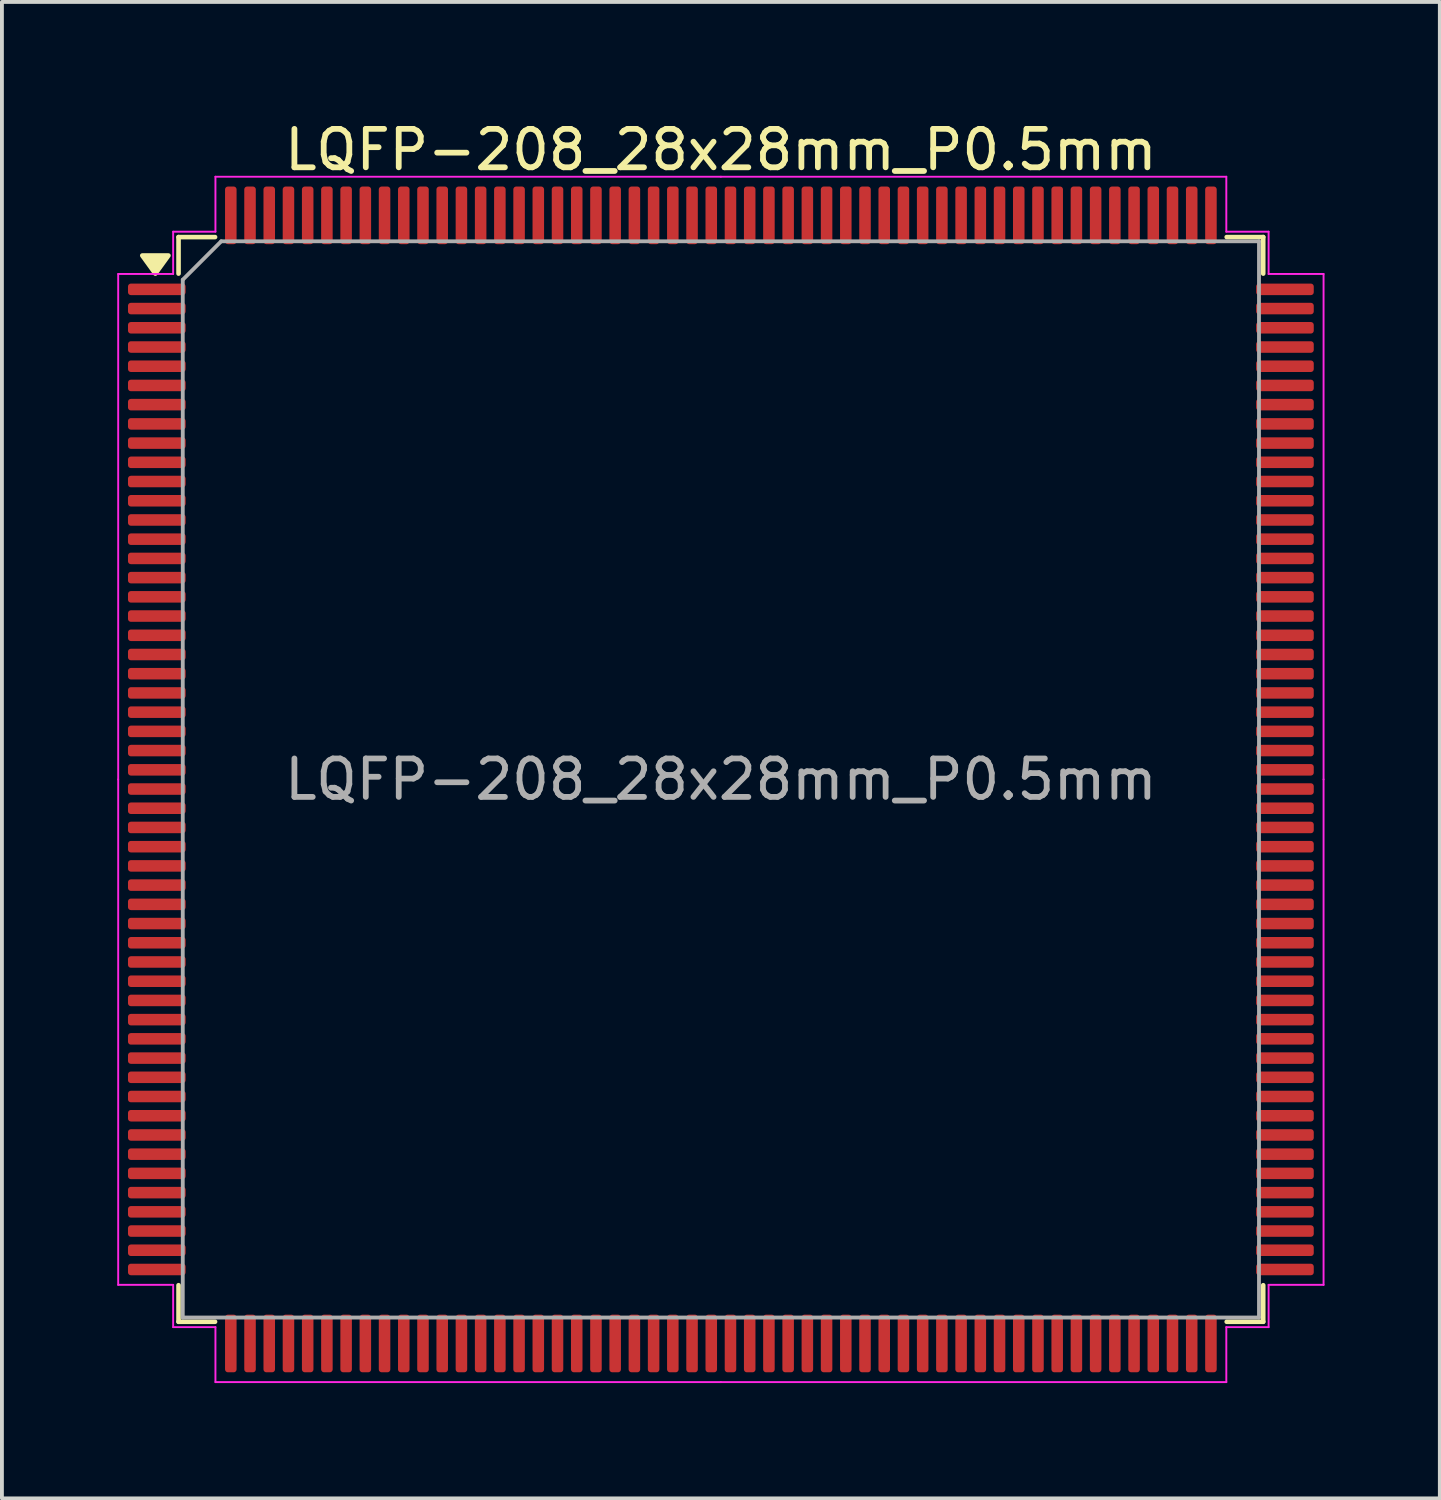
<source format=kicad_pcb>
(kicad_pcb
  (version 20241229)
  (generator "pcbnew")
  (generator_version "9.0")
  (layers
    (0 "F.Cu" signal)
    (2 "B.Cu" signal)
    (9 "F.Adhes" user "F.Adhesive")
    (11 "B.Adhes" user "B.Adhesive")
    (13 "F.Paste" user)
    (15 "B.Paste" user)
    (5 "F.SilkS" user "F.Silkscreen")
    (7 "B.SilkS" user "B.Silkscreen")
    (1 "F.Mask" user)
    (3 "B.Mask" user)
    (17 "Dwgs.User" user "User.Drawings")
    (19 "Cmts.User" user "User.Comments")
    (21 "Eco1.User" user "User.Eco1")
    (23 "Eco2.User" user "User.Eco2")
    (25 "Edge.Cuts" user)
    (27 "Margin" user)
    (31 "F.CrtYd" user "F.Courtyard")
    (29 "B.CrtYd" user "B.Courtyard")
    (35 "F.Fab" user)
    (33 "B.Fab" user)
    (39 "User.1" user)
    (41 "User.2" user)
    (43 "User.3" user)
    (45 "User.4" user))
  (footprint "LQFP-208_28x28mm_P0.5mm"
    (layer "F.Cu")
    (at 15.705 17.228)
    (property "Reference" "LQFP-208_28x28mm_P0.5mm" (at 0 -16.38 0) (layer "F.SilkS") (effects (font (size 1 1) (thickness 0.15))))
    (attr smd)
    (fp_line (start -14.11 -14.11) (end -14.11 -13.16) (stroke (width 0.12) (type solid)) (layer "F.SilkS"))
    (fp_line (start -14.11 14.11) (end -14.11 13.16) (stroke (width 0.12) (type solid)) (layer "F.SilkS"))
    (fp_line (start -13.16 -14.11) (end -14.11 -14.11) (stroke (width 0.12) (type solid)) (layer "F.SilkS"))
    (fp_line (start -13.16 14.11) (end -14.11 14.11) (stroke (width 0.12) (type solid)) (layer "F.SilkS"))
    (fp_line (start 13.16 -14.11) (end 14.11 -14.11) (stroke (width 0.12) (type solid)) (layer "F.SilkS"))
    (fp_line (start 13.16 14.11) (end 14.11 14.11) (stroke (width 0.12) (type solid)) (layer "F.SilkS"))
    (fp_line (start 14.11 -14.11) (end 14.11 -13.16) (stroke (width 0.12) (type solid)) (layer "F.SilkS"))
    (fp_line (start 14.11 14.11) (end 14.11 13.16) (stroke (width 0.12) (type solid)) (layer "F.SilkS"))
    (fp_poly (pts (xy -14.713 -13.16) (xy -15.053 -13.63) (xy -14.373 -13.63) (xy -14.713 -13.16)) (stroke (width 0.12) (type solid)) (fill yes) (layer "F.SilkS"))
    (fp_line (start -15.68 -13.15) (end -15.68 0) (stroke (width 0.05) (type solid)) (layer "F.CrtYd"))
    (fp_line (start -15.68 13.15) (end -15.68 0) (stroke (width 0.05) (type solid)) (layer "F.CrtYd"))
    (fp_line (start -14.25 -14.25) (end -14.25 -13.15) (stroke (width 0.05) (type solid)) (layer "F.CrtYd"))
    (fp_line (start -14.25 -13.15) (end -15.68 -13.15) (stroke (width 0.05) (type solid)) (layer "F.CrtYd"))
    (fp_line (start -14.25 13.15) (end -15.68 13.15) (stroke (width 0.05) (type solid)) (layer "F.CrtYd"))
    (fp_line (start -14.25 14.25) (end -14.25 13.15) (stroke (width 0.05) (type solid)) (layer "F.CrtYd"))
    (fp_line (start -13.15 -15.68) (end -13.15 -14.25) (stroke (width 0.05) (type solid)) (layer "F.CrtYd"))
    (fp_line (start -13.15 -14.25) (end -14.25 -14.25) (stroke (width 0.05) (type solid)) (layer "F.CrtYd"))
    (fp_line (start -13.15 14.25) (end -14.25 14.25) (stroke (width 0.05) (type solid)) (layer "F.CrtYd"))
    (fp_line (start -13.15 15.68) (end -13.15 14.25) (stroke (width 0.05) (type solid)) (layer "F.CrtYd"))
    (fp_line (start 0 -15.68) (end -13.15 -15.68) (stroke (width 0.05) (type solid)) (layer "F.CrtYd"))
    (fp_line (start 0 -15.68) (end 13.15 -15.68) (stroke (width 0.05) (type solid)) (layer "F.CrtYd"))
    (fp_line (start 0 15.68) (end -13.15 15.68) (stroke (width 0.05) (type solid)) (layer "F.CrtYd"))
    (fp_line (start 0 15.68) (end 13.15 15.68) (stroke (width 0.05) (type solid)) (layer "F.CrtYd"))
    (fp_line (start 13.15 -15.68) (end 13.15 -14.25) (stroke (width 0.05) (type solid)) (layer "F.CrtYd"))
    (fp_line (start 13.15 -14.25) (end 14.25 -14.25) (stroke (width 0.05) (type solid)) (layer "F.CrtYd"))
    (fp_line (start 13.15 14.25) (end 14.25 14.25) (stroke (width 0.05) (type solid)) (layer "F.CrtYd"))
    (fp_line (start 13.15 15.68) (end 13.15 14.25) (stroke (width 0.05) (type solid)) (layer "F.CrtYd"))
    (fp_line (start 14.25 -14.25) (end 14.25 -13.15) (stroke (width 0.05) (type solid)) (layer "F.CrtYd"))
    (fp_line (start 14.25 -13.15) (end 15.68 -13.15) (stroke (width 0.05) (type solid)) (layer "F.CrtYd"))
    (fp_line (start 14.25 13.15) (end 15.68 13.15) (stroke (width 0.05) (type solid)) (layer "F.CrtYd"))
    (fp_line (start 14.25 14.25) (end 14.25 13.15) (stroke (width 0.05) (type solid)) (layer "F.CrtYd"))
    (fp_line (start 15.68 -13.15) (end 15.68 0) (stroke (width 0.05) (type solid)) (layer "F.CrtYd"))
    (fp_line (start 15.68 13.15) (end 15.68 0) (stroke (width 0.05) (type solid)) (layer "F.CrtYd"))
    (fp_line (start -14 -13) (end -13 -14) (stroke (width 0.1) (type solid)) (layer "F.Fab"))
    (fp_line (start -14 14) (end -14 -13) (stroke (width 0.1) (type solid)) (layer "F.Fab"))
    (fp_line (start -13 -14) (end 14 -14) (stroke (width 0.1) (type solid)) (layer "F.Fab"))
    (fp_line (start 14 -14) (end 14 14) (stroke (width 0.1) (type solid)) (layer "F.Fab"))
    (fp_line (start 14 14) (end -14 14) (stroke (width 0.1) (type solid)) (layer "F.Fab"))
    (fp_text user "${REFERENCE}" (at 0 0 0) (layer "F.Fab") (effects (font (size 1 1) (thickness 0.15))))
    (pad "1" smd roundrect (at -14.675 -12.75) (size 1.5 0.3) (layers "F.Cu" "F.Mask" "F.Paste") (roundrect_rratio 0.25))
    (pad "2" smd roundrect (at -14.675 -12.25) (size 1.5 0.3) (layers "F.Cu" "F.Mask" "F.Paste") (roundrect_rratio 0.25))
    (pad "3" smd roundrect (at -14.675 -11.75) (size 1.5 0.3) (layers "F.Cu" "F.Mask" "F.Paste") (roundrect_rratio 0.25))
    (pad "4" smd roundrect (at -14.675 -11.25) (size 1.5 0.3) (layers "F.Cu" "F.Mask" "F.Paste") (roundrect_rratio 0.25))
    (pad "5" smd roundrect (at -14.675 -10.75) (size 1.5 0.3) (layers "F.Cu" "F.Mask" "F.Paste") (roundrect_rratio 0.25))
    (pad "6" smd roundrect (at -14.675 -10.25) (size 1.5 0.3) (layers "F.Cu" "F.Mask" "F.Paste") (roundrect_rratio 0.25))
    (pad "7" smd roundrect (at -14.675 -9.75) (size 1.5 0.3) (layers "F.Cu" "F.Mask" "F.Paste") (roundrect_rratio 0.25))
    (pad "8" smd roundrect (at -14.675 -9.25) (size 1.5 0.3) (layers "F.Cu" "F.Mask" "F.Paste") (roundrect_rratio 0.25))
    (pad "9" smd roundrect (at -14.675 -8.75) (size 1.5 0.3) (layers "F.Cu" "F.Mask" "F.Paste") (roundrect_rratio 0.25))
    (pad "10" smd roundrect (at -14.675 -8.25) (size 1.5 0.3) (layers "F.Cu" "F.Mask" "F.Paste") (roundrect_rratio 0.25))
    (pad "11" smd roundrect (at -14.675 -7.75) (size 1.5 0.3) (layers "F.Cu" "F.Mask" "F.Paste") (roundrect_rratio 0.25))
    (pad "12" smd roundrect (at -14.675 -7.25) (size 1.5 0.3) (layers "F.Cu" "F.Mask" "F.Paste") (roundrect_rratio 0.25))
    (pad "13" smd roundrect (at -14.675 -6.75) (size 1.5 0.3) (layers "F.Cu" "F.Mask" "F.Paste") (roundrect_rratio 0.25))
    (pad "14" smd roundrect (at -14.675 -6.25) (size 1.5 0.3) (layers "F.Cu" "F.Mask" "F.Paste") (roundrect_rratio 0.25))
    (pad "15" smd roundrect (at -14.675 -5.75) (size 1.5 0.3) (layers "F.Cu" "F.Mask" "F.Paste") (roundrect_rratio 0.25))
    (pad "16" smd roundrect (at -14.675 -5.25) (size 1.5 0.3) (layers "F.Cu" "F.Mask" "F.Paste") (roundrect_rratio 0.25))
    (pad "17" smd roundrect (at -14.675 -4.75) (size 1.5 0.3) (layers "F.Cu" "F.Mask" "F.Paste") (roundrect_rratio 0.25))
    (pad "18" smd roundrect (at -14.675 -4.25) (size 1.5 0.3) (layers "F.Cu" "F.Mask" "F.Paste") (roundrect_rratio 0.25))
    (pad "19" smd roundrect (at -14.675 -3.75) (size 1.5 0.3) (layers "F.Cu" "F.Mask" "F.Paste") (roundrect_rratio 0.25))
    (pad "20" smd roundrect (at -14.675 -3.25) (size 1.5 0.3) (layers "F.Cu" "F.Mask" "F.Paste") (roundrect_rratio 0.25))
    (pad "21" smd roundrect (at -14.675 -2.75) (size 1.5 0.3) (layers "F.Cu" "F.Mask" "F.Paste") (roundrect_rratio 0.25))
    (pad "22" smd roundrect (at -14.675 -2.25) (size 1.5 0.3) (layers "F.Cu" "F.Mask" "F.Paste") (roundrect_rratio 0.25))
    (pad "23" smd roundrect (at -14.675 -1.75) (size 1.5 0.3) (layers "F.Cu" "F.Mask" "F.Paste") (roundrect_rratio 0.25))
    (pad "24" smd roundrect (at -14.675 -1.25) (size 1.5 0.3) (layers "F.Cu" "F.Mask" "F.Paste") (roundrect_rratio 0.25))
    (pad "25" smd roundrect (at -14.675 -0.75) (size 1.5 0.3) (layers "F.Cu" "F.Mask" "F.Paste") (roundrect_rratio 0.25))
    (pad "26" smd roundrect (at -14.675 -0.25) (size 1.5 0.3) (layers "F.Cu" "F.Mask" "F.Paste") (roundrect_rratio 0.25))
    (pad "27" smd roundrect (at -14.675 0.25) (size 1.5 0.3) (layers "F.Cu" "F.Mask" "F.Paste") (roundrect_rratio 0.25))
    (pad "28" smd roundrect (at -14.675 0.75) (size 1.5 0.3) (layers "F.Cu" "F.Mask" "F.Paste") (roundrect_rratio 0.25))
    (pad "29" smd roundrect (at -14.675 1.25) (size 1.5 0.3) (layers "F.Cu" "F.Mask" "F.Paste") (roundrect_rratio 0.25))
    (pad "30" smd roundrect (at -14.675 1.75) (size 1.5 0.3) (layers "F.Cu" "F.Mask" "F.Paste") (roundrect_rratio 0.25))
    (pad "31" smd roundrect (at -14.675 2.25) (size 1.5 0.3) (layers "F.Cu" "F.Mask" "F.Paste") (roundrect_rratio 0.25))
    (pad "32" smd roundrect (at -14.675 2.75) (size 1.5 0.3) (layers "F.Cu" "F.Mask" "F.Paste") (roundrect_rratio 0.25))
    (pad "33" smd roundrect (at -14.675 3.25) (size 1.5 0.3) (layers "F.Cu" "F.Mask" "F.Paste") (roundrect_rratio 0.25))
    (pad "34" smd roundrect (at -14.675 3.75) (size 1.5 0.3) (layers "F.Cu" "F.Mask" "F.Paste") (roundrect_rratio 0.25))
    (pad "35" smd roundrect (at -14.675 4.25) (size 1.5 0.3) (layers "F.Cu" "F.Mask" "F.Paste") (roundrect_rratio 0.25))
    (pad "36" smd roundrect (at -14.675 4.75) (size 1.5 0.3) (layers "F.Cu" "F.Mask" "F.Paste") (roundrect_rratio 0.25))
    (pad "37" smd roundrect (at -14.675 5.25) (size 1.5 0.3) (layers "F.Cu" "F.Mask" "F.Paste") (roundrect_rratio 0.25))
    (pad "38" smd roundrect (at -14.675 5.75) (size 1.5 0.3) (layers "F.Cu" "F.Mask" "F.Paste") (roundrect_rratio 0.25))
    (pad "39" smd roundrect (at -14.675 6.25) (size 1.5 0.3) (layers "F.Cu" "F.Mask" "F.Paste") (roundrect_rratio 0.25))
    (pad "40" smd roundrect (at -14.675 6.75) (size 1.5 0.3) (layers "F.Cu" "F.Mask" "F.Paste") (roundrect_rratio 0.25))
    (pad "41" smd roundrect (at -14.675 7.25) (size 1.5 0.3) (layers "F.Cu" "F.Mask" "F.Paste") (roundrect_rratio 0.25))
    (pad "42" smd roundrect (at -14.675 7.75) (size 1.5 0.3) (layers "F.Cu" "F.Mask" "F.Paste") (roundrect_rratio 0.25))
    (pad "43" smd roundrect (at -14.675 8.25) (size 1.5 0.3) (layers "F.Cu" "F.Mask" "F.Paste") (roundrect_rratio 0.25))
    (pad "44" smd roundrect (at -14.675 8.75) (size 1.5 0.3) (layers "F.Cu" "F.Mask" "F.Paste") (roundrect_rratio 0.25))
    (pad "45" smd roundrect (at -14.675 9.25) (size 1.5 0.3) (layers "F.Cu" "F.Mask" "F.Paste") (roundrect_rratio 0.25))
    (pad "46" smd roundrect (at -14.675 9.75) (size 1.5 0.3) (layers "F.Cu" "F.Mask" "F.Paste") (roundrect_rratio 0.25))
    (pad "47" smd roundrect (at -14.675 10.25) (size 1.5 0.3) (layers "F.Cu" "F.Mask" "F.Paste") (roundrect_rratio 0.25))
    (pad "48" smd roundrect (at -14.675 10.75) (size 1.5 0.3) (layers "F.Cu" "F.Mask" "F.Paste") (roundrect_rratio 0.25))
    (pad "49" smd roundrect (at -14.675 11.25) (size 1.5 0.3) (layers "F.Cu" "F.Mask" "F.Paste") (roundrect_rratio 0.25))
    (pad "50" smd roundrect (at -14.675 11.75) (size 1.5 0.3) (layers "F.Cu" "F.Mask" "F.Paste") (roundrect_rratio 0.25))
    (pad "51" smd roundrect (at -14.675 12.25) (size 1.5 0.3) (layers "F.Cu" "F.Mask" "F.Paste") (roundrect_rratio 0.25))
    (pad "52" smd roundrect (at -14.675 12.75) (size 1.5 0.3) (layers "F.Cu" "F.Mask" "F.Paste") (roundrect_rratio 0.25))
    (pad "53" smd roundrect (at -12.75 14.675) (size 0.3 1.5) (layers "F.Cu" "F.Mask" "F.Paste") (roundrect_rratio 0.25))
    (pad "54" smd roundrect (at -12.25 14.675) (size 0.3 1.5) (layers "F.Cu" "F.Mask" "F.Paste") (roundrect_rratio 0.25))
    (pad "55" smd roundrect (at -11.75 14.675) (size 0.3 1.5) (layers "F.Cu" "F.Mask" "F.Paste") (roundrect_rratio 0.25))
    (pad "56" smd roundrect (at -11.25 14.675) (size 0.3 1.5) (layers "F.Cu" "F.Mask" "F.Paste") (roundrect_rratio 0.25))
    (pad "57" smd roundrect (at -10.75 14.675) (size 0.3 1.5) (layers "F.Cu" "F.Mask" "F.Paste") (roundrect_rratio 0.25))
    (pad "58" smd roundrect (at -10.25 14.675) (size 0.3 1.5) (layers "F.Cu" "F.Mask" "F.Paste") (roundrect_rratio 0.25))
    (pad "59" smd roundrect (at -9.75 14.675) (size 0.3 1.5) (layers "F.Cu" "F.Mask" "F.Paste") (roundrect_rratio 0.25))
    (pad "60" smd roundrect (at -9.25 14.675) (size 0.3 1.5) (layers "F.Cu" "F.Mask" "F.Paste") (roundrect_rratio 0.25))
    (pad "61" smd roundrect (at -8.75 14.675) (size 0.3 1.5) (layers "F.Cu" "F.Mask" "F.Paste") (roundrect_rratio 0.25))
    (pad "62" smd roundrect (at -8.25 14.675) (size 0.3 1.5) (layers "F.Cu" "F.Mask" "F.Paste") (roundrect_rratio 0.25))
    (pad "63" smd roundrect (at -7.75 14.675) (size 0.3 1.5) (layers "F.Cu" "F.Mask" "F.Paste") (roundrect_rratio 0.25))
    (pad "64" smd roundrect (at -7.25 14.675) (size 0.3 1.5) (layers "F.Cu" "F.Mask" "F.Paste") (roundrect_rratio 0.25))
    (pad "65" smd roundrect (at -6.75 14.675) (size 0.3 1.5) (layers "F.Cu" "F.Mask" "F.Paste") (roundrect_rratio 0.25))
    (pad "66" smd roundrect (at -6.25 14.675) (size 0.3 1.5) (layers "F.Cu" "F.Mask" "F.Paste") (roundrect_rratio 0.25))
    (pad "67" smd roundrect (at -5.75 14.675) (size 0.3 1.5) (layers "F.Cu" "F.Mask" "F.Paste") (roundrect_rratio 0.25))
    (pad "68" smd roundrect (at -5.25 14.675) (size 0.3 1.5) (layers "F.Cu" "F.Mask" "F.Paste") (roundrect_rratio 0.25))
    (pad "69" smd roundrect (at -4.75 14.675) (size 0.3 1.5) (layers "F.Cu" "F.Mask" "F.Paste") (roundrect_rratio 0.25))
    (pad "70" smd roundrect (at -4.25 14.675) (size 0.3 1.5) (layers "F.Cu" "F.Mask" "F.Paste") (roundrect_rratio 0.25))
    (pad "71" smd roundrect (at -3.75 14.675) (size 0.3 1.5) (layers "F.Cu" "F.Mask" "F.Paste") (roundrect_rratio 0.25))
    (pad "72" smd roundrect (at -3.25 14.675) (size 0.3 1.5) (layers "F.Cu" "F.Mask" "F.Paste") (roundrect_rratio 0.25))
    (pad "73" smd roundrect (at -2.75 14.675) (size 0.3 1.5) (layers "F.Cu" "F.Mask" "F.Paste") (roundrect_rratio 0.25))
    (pad "74" smd roundrect (at -2.25 14.675) (size 0.3 1.5) (layers "F.Cu" "F.Mask" "F.Paste") (roundrect_rratio 0.25))
    (pad "75" smd roundrect (at -1.75 14.675) (size 0.3 1.5) (layers "F.Cu" "F.Mask" "F.Paste") (roundrect_rratio 0.25))
    (pad "76" smd roundrect (at -1.25 14.675) (size 0.3 1.5) (layers "F.Cu" "F.Mask" "F.Paste") (roundrect_rratio 0.25))
    (pad "77" smd roundrect (at -0.75 14.675) (size 0.3 1.5) (layers "F.Cu" "F.Mask" "F.Paste") (roundrect_rratio 0.25))
    (pad "78" smd roundrect (at -0.25 14.675) (size 0.3 1.5) (layers "F.Cu" "F.Mask" "F.Paste") (roundrect_rratio 0.25))
    (pad "79" smd roundrect (at 0.25 14.675) (size 0.3 1.5) (layers "F.Cu" "F.Mask" "F.Paste") (roundrect_rratio 0.25))
    (pad "80" smd roundrect (at 0.75 14.675) (size 0.3 1.5) (layers "F.Cu" "F.Mask" "F.Paste") (roundrect_rratio 0.25))
    (pad "81" smd roundrect (at 1.25 14.675) (size 0.3 1.5) (layers "F.Cu" "F.Mask" "F.Paste") (roundrect_rratio 0.25))
    (pad "82" smd roundrect (at 1.75 14.675) (size 0.3 1.5) (layers "F.Cu" "F.Mask" "F.Paste") (roundrect_rratio 0.25))
    (pad "83" smd roundrect (at 2.25 14.675) (size 0.3 1.5) (layers "F.Cu" "F.Mask" "F.Paste") (roundrect_rratio 0.25))
    (pad "84" smd roundrect (at 2.75 14.675) (size 0.3 1.5) (layers "F.Cu" "F.Mask" "F.Paste") (roundrect_rratio 0.25))
    (pad "85" smd roundrect (at 3.25 14.675) (size 0.3 1.5) (layers "F.Cu" "F.Mask" "F.Paste") (roundrect_rratio 0.25))
    (pad "86" smd roundrect (at 3.75 14.675) (size 0.3 1.5) (layers "F.Cu" "F.Mask" "F.Paste") (roundrect_rratio 0.25))
    (pad "87" smd roundrect (at 4.25 14.675) (size 0.3 1.5) (layers "F.Cu" "F.Mask" "F.Paste") (roundrect_rratio 0.25))
    (pad "88" smd roundrect (at 4.75 14.675) (size 0.3 1.5) (layers "F.Cu" "F.Mask" "F.Paste") (roundrect_rratio 0.25))
    (pad "89" smd roundrect (at 5.25 14.675) (size 0.3 1.5) (layers "F.Cu" "F.Mask" "F.Paste") (roundrect_rratio 0.25))
    (pad "90" smd roundrect (at 5.75 14.675) (size 0.3 1.5) (layers "F.Cu" "F.Mask" "F.Paste") (roundrect_rratio 0.25))
    (pad "91" smd roundrect (at 6.25 14.675) (size 0.3 1.5) (layers "F.Cu" "F.Mask" "F.Paste") (roundrect_rratio 0.25))
    (pad "92" smd roundrect (at 6.75 14.675) (size 0.3 1.5) (layers "F.Cu" "F.Mask" "F.Paste") (roundrect_rratio 0.25))
    (pad "93" smd roundrect (at 7.25 14.675) (size 0.3 1.5) (layers "F.Cu" "F.Mask" "F.Paste") (roundrect_rratio 0.25))
    (pad "94" smd roundrect (at 7.75 14.675) (size 0.3 1.5) (layers "F.Cu" "F.Mask" "F.Paste") (roundrect_rratio 0.25))
    (pad "95" smd roundrect (at 8.25 14.675) (size 0.3 1.5) (layers "F.Cu" "F.Mask" "F.Paste") (roundrect_rratio 0.25))
    (pad "96" smd roundrect (at 8.75 14.675) (size 0.3 1.5) (layers "F.Cu" "F.Mask" "F.Paste") (roundrect_rratio 0.25))
    (pad "97" smd roundrect (at 9.25 14.675) (size 0.3 1.5) (layers "F.Cu" "F.Mask" "F.Paste") (roundrect_rratio 0.25))
    (pad "98" smd roundrect (at 9.75 14.675) (size 0.3 1.5) (layers "F.Cu" "F.Mask" "F.Paste") (roundrect_rratio 0.25))
    (pad "99" smd roundrect (at 10.25 14.675) (size 0.3 1.5) (layers "F.Cu" "F.Mask" "F.Paste") (roundrect_rratio 0.25))
    (pad "100" smd roundrect (at 10.75 14.675) (size 0.3 1.5) (layers "F.Cu" "F.Mask" "F.Paste") (roundrect_rratio 0.25))
    (pad "101" smd roundrect (at 11.25 14.675) (size 0.3 1.5) (layers "F.Cu" "F.Mask" "F.Paste") (roundrect_rratio 0.25))
    (pad "102" smd roundrect (at 11.75 14.675) (size 0.3 1.5) (layers "F.Cu" "F.Mask" "F.Paste") (roundrect_rratio 0.25))
    (pad "103" smd roundrect (at 12.25 14.675) (size 0.3 1.5) (layers "F.Cu" "F.Mask" "F.Paste") (roundrect_rratio 0.25))
    (pad "104" smd roundrect (at 12.75 14.675) (size 0.3 1.5) (layers "F.Cu" "F.Mask" "F.Paste") (roundrect_rratio 0.25))
    (pad "105" smd roundrect (at 14.675 12.75) (size 1.5 0.3) (layers "F.Cu" "F.Mask" "F.Paste") (roundrect_rratio 0.25))
    (pad "106" smd roundrect (at 14.675 12.25) (size 1.5 0.3) (layers "F.Cu" "F.Mask" "F.Paste") (roundrect_rratio 0.25))
    (pad "107" smd roundrect (at 14.675 11.75) (size 1.5 0.3) (layers "F.Cu" "F.Mask" "F.Paste") (roundrect_rratio 0.25))
    (pad "108" smd roundrect (at 14.675 11.25) (size 1.5 0.3) (layers "F.Cu" "F.Mask" "F.Paste") (roundrect_rratio 0.25))
    (pad "109" smd roundrect (at 14.675 10.75) (size 1.5 0.3) (layers "F.Cu" "F.Mask" "F.Paste") (roundrect_rratio 0.25))
    (pad "110" smd roundrect (at 14.675 10.25) (size 1.5 0.3) (layers "F.Cu" "F.Mask" "F.Paste") (roundrect_rratio 0.25))
    (pad "111" smd roundrect (at 14.675 9.75) (size 1.5 0.3) (layers "F.Cu" "F.Mask" "F.Paste") (roundrect_rratio 0.25))
    (pad "112" smd roundrect (at 14.675 9.25) (size 1.5 0.3) (layers "F.Cu" "F.Mask" "F.Paste") (roundrect_rratio 0.25))
    (pad "113" smd roundrect (at 14.675 8.75) (size 1.5 0.3) (layers "F.Cu" "F.Mask" "F.Paste") (roundrect_rratio 0.25))
    (pad "114" smd roundrect (at 14.675 8.25) (size 1.5 0.3) (layers "F.Cu" "F.Mask" "F.Paste") (roundrect_rratio 0.25))
    (pad "115" smd roundrect (at 14.675 7.75) (size 1.5 0.3) (layers "F.Cu" "F.Mask" "F.Paste") (roundrect_rratio 0.25))
    (pad "116" smd roundrect (at 14.675 7.25) (size 1.5 0.3) (layers "F.Cu" "F.Mask" "F.Paste") (roundrect_rratio 0.25))
    (pad "117" smd roundrect (at 14.675 6.75) (size 1.5 0.3) (layers "F.Cu" "F.Mask" "F.Paste") (roundrect_rratio 0.25))
    (pad "118" smd roundrect (at 14.675 6.25) (size 1.5 0.3) (layers "F.Cu" "F.Mask" "F.Paste") (roundrect_rratio 0.25))
    (pad "119" smd roundrect (at 14.675 5.75) (size 1.5 0.3) (layers "F.Cu" "F.Mask" "F.Paste") (roundrect_rratio 0.25))
    (pad "120" smd roundrect (at 14.675 5.25) (size 1.5 0.3) (layers "F.Cu" "F.Mask" "F.Paste") (roundrect_rratio 0.25))
    (pad "121" smd roundrect (at 14.675 4.75) (size 1.5 0.3) (layers "F.Cu" "F.Mask" "F.Paste") (roundrect_rratio 0.25))
    (pad "122" smd roundrect (at 14.675 4.25) (size 1.5 0.3) (layers "F.Cu" "F.Mask" "F.Paste") (roundrect_rratio 0.25))
    (pad "123" smd roundrect (at 14.675 3.75) (size 1.5 0.3) (layers "F.Cu" "F.Mask" "F.Paste") (roundrect_rratio 0.25))
    (pad "124" smd roundrect (at 14.675 3.25) (size 1.5 0.3) (layers "F.Cu" "F.Mask" "F.Paste") (roundrect_rratio 0.25))
    (pad "125" smd roundrect (at 14.675 2.75) (size 1.5 0.3) (layers "F.Cu" "F.Mask" "F.Paste") (roundrect_rratio 0.25))
    (pad "126" smd roundrect (at 14.675 2.25) (size 1.5 0.3) (layers "F.Cu" "F.Mask" "F.Paste") (roundrect_rratio 0.25))
    (pad "127" smd roundrect (at 14.675 1.75) (size 1.5 0.3) (layers "F.Cu" "F.Mask" "F.Paste") (roundrect_rratio 0.25))
    (pad "128" smd roundrect (at 14.675 1.25) (size 1.5 0.3) (layers "F.Cu" "F.Mask" "F.Paste") (roundrect_rratio 0.25))
    (pad "129" smd roundrect (at 14.675 0.75) (size 1.5 0.3) (layers "F.Cu" "F.Mask" "F.Paste") (roundrect_rratio 0.25))
    (pad "130" smd roundrect (at 14.675 0.25) (size 1.5 0.3) (layers "F.Cu" "F.Mask" "F.Paste") (roundrect_rratio 0.25))
    (pad "131" smd roundrect (at 14.675 -0.25) (size 1.5 0.3) (layers "F.Cu" "F.Mask" "F.Paste") (roundrect_rratio 0.25))
    (pad "132" smd roundrect (at 14.675 -0.75) (size 1.5 0.3) (layers "F.Cu" "F.Mask" "F.Paste") (roundrect_rratio 0.25))
    (pad "133" smd roundrect (at 14.675 -1.25) (size 1.5 0.3) (layers "F.Cu" "F.Mask" "F.Paste") (roundrect_rratio 0.25))
    (pad "134" smd roundrect (at 14.675 -1.75) (size 1.5 0.3) (layers "F.Cu" "F.Mask" "F.Paste") (roundrect_rratio 0.25))
    (pad "135" smd roundrect (at 14.675 -2.25) (size 1.5 0.3) (layers "F.Cu" "F.Mask" "F.Paste") (roundrect_rratio 0.25))
    (pad "136" smd roundrect (at 14.675 -2.75) (size 1.5 0.3) (layers "F.Cu" "F.Mask" "F.Paste") (roundrect_rratio 0.25))
    (pad "137" smd roundrect (at 14.675 -3.25) (size 1.5 0.3) (layers "F.Cu" "F.Mask" "F.Paste") (roundrect_rratio 0.25))
    (pad "138" smd roundrect (at 14.675 -3.75) (size 1.5 0.3) (layers "F.Cu" "F.Mask" "F.Paste") (roundrect_rratio 0.25))
    (pad "139" smd roundrect (at 14.675 -4.25) (size 1.5 0.3) (layers "F.Cu" "F.Mask" "F.Paste") (roundrect_rratio 0.25))
    (pad "140" smd roundrect (at 14.675 -4.75) (size 1.5 0.3) (layers "F.Cu" "F.Mask" "F.Paste") (roundrect_rratio 0.25))
    (pad "141" smd roundrect (at 14.675 -5.25) (size 1.5 0.3) (layers "F.Cu" "F.Mask" "F.Paste") (roundrect_rratio 0.25))
    (pad "142" smd roundrect (at 14.675 -5.75) (size 1.5 0.3) (layers "F.Cu" "F.Mask" "F.Paste") (roundrect_rratio 0.25))
    (pad "143" smd roundrect (at 14.675 -6.25) (size 1.5 0.3) (layers "F.Cu" "F.Mask" "F.Paste") (roundrect_rratio 0.25))
    (pad "144" smd roundrect (at 14.675 -6.75) (size 1.5 0.3) (layers "F.Cu" "F.Mask" "F.Paste") (roundrect_rratio 0.25))
    (pad "145" smd roundrect (at 14.675 -7.25) (size 1.5 0.3) (layers "F.Cu" "F.Mask" "F.Paste") (roundrect_rratio 0.25))
    (pad "146" smd roundrect (at 14.675 -7.75) (size 1.5 0.3) (layers "F.Cu" "F.Mask" "F.Paste") (roundrect_rratio 0.25))
    (pad "147" smd roundrect (at 14.675 -8.25) (size 1.5 0.3) (layers "F.Cu" "F.Mask" "F.Paste") (roundrect_rratio 0.25))
    (pad "148" smd roundrect (at 14.675 -8.75) (size 1.5 0.3) (layers "F.Cu" "F.Mask" "F.Paste") (roundrect_rratio 0.25))
    (pad "149" smd roundrect (at 14.675 -9.25) (size 1.5 0.3) (layers "F.Cu" "F.Mask" "F.Paste") (roundrect_rratio 0.25))
    (pad "150" smd roundrect (at 14.675 -9.75) (size 1.5 0.3) (layers "F.Cu" "F.Mask" "F.Paste") (roundrect_rratio 0.25))
    (pad "151" smd roundrect (at 14.675 -10.25) (size 1.5 0.3) (layers "F.Cu" "F.Mask" "F.Paste") (roundrect_rratio 0.25))
    (pad "152" smd roundrect (at 14.675 -10.75) (size 1.5 0.3) (layers "F.Cu" "F.Mask" "F.Paste") (roundrect_rratio 0.25))
    (pad "153" smd roundrect (at 14.675 -11.25) (size 1.5 0.3) (layers "F.Cu" "F.Mask" "F.Paste") (roundrect_rratio 0.25))
    (pad "154" smd roundrect (at 14.675 -11.75) (size 1.5 0.3) (layers "F.Cu" "F.Mask" "F.Paste") (roundrect_rratio 0.25))
    (pad "155" smd roundrect (at 14.675 -12.25) (size 1.5 0.3) (layers "F.Cu" "F.Mask" "F.Paste") (roundrect_rratio 0.25))
    (pad "156" smd roundrect (at 14.675 -12.75) (size 1.5 0.3) (layers "F.Cu" "F.Mask" "F.Paste") (roundrect_rratio 0.25))
    (pad "157" smd roundrect (at 12.75 -14.675) (size 0.3 1.5) (layers "F.Cu" "F.Mask" "F.Paste") (roundrect_rratio 0.25))
    (pad "158" smd roundrect (at 12.25 -14.675) (size 0.3 1.5) (layers "F.Cu" "F.Mask" "F.Paste") (roundrect_rratio 0.25))
    (pad "159" smd roundrect (at 11.75 -14.675) (size 0.3 1.5) (layers "F.Cu" "F.Mask" "F.Paste") (roundrect_rratio 0.25))
    (pad "160" smd roundrect (at 11.25 -14.675) (size 0.3 1.5) (layers "F.Cu" "F.Mask" "F.Paste") (roundrect_rratio 0.25))
    (pad "161" smd roundrect (at 10.75 -14.675) (size 0.3 1.5) (layers "F.Cu" "F.Mask" "F.Paste") (roundrect_rratio 0.25))
    (pad "162" smd roundrect (at 10.25 -14.675) (size 0.3 1.5) (layers "F.Cu" "F.Mask" "F.Paste") (roundrect_rratio 0.25))
    (pad "163" smd roundrect (at 9.75 -14.675) (size 0.3 1.5) (layers "F.Cu" "F.Mask" "F.Paste") (roundrect_rratio 0.25))
    (pad "164" smd roundrect (at 9.25 -14.675) (size 0.3 1.5) (layers "F.Cu" "F.Mask" "F.Paste") (roundrect_rratio 0.25))
    (pad "165" smd roundrect (at 8.75 -14.675) (size 0.3 1.5) (layers "F.Cu" "F.Mask" "F.Paste") (roundrect_rratio 0.25))
    (pad "166" smd roundrect (at 8.25 -14.675) (size 0.3 1.5) (layers "F.Cu" "F.Mask" "F.Paste") (roundrect_rratio 0.25))
    (pad "167" smd roundrect (at 7.75 -14.675) (size 0.3 1.5) (layers "F.Cu" "F.Mask" "F.Paste") (roundrect_rratio 0.25))
    (pad "168" smd roundrect (at 7.25 -14.675) (size 0.3 1.5) (layers "F.Cu" "F.Mask" "F.Paste") (roundrect_rratio 0.25))
    (pad "169" smd roundrect (at 6.75 -14.675) (size 0.3 1.5) (layers "F.Cu" "F.Mask" "F.Paste") (roundrect_rratio 0.25))
    (pad "170" smd roundrect (at 6.25 -14.675) (size 0.3 1.5) (layers "F.Cu" "F.Mask" "F.Paste") (roundrect_rratio 0.25))
    (pad "171" smd roundrect (at 5.75 -14.675) (size 0.3 1.5) (layers "F.Cu" "F.Mask" "F.Paste") (roundrect_rratio 0.25))
    (pad "172" smd roundrect (at 5.25 -14.675) (size 0.3 1.5) (layers "F.Cu" "F.Mask" "F.Paste") (roundrect_rratio 0.25))
    (pad "173" smd roundrect (at 4.75 -14.675) (size 0.3 1.5) (layers "F.Cu" "F.Mask" "F.Paste") (roundrect_rratio 0.25))
    (pad "174" smd roundrect (at 4.25 -14.675) (size 0.3 1.5) (layers "F.Cu" "F.Mask" "F.Paste") (roundrect_rratio 0.25))
    (pad "175" smd roundrect (at 3.75 -14.675) (size 0.3 1.5) (layers "F.Cu" "F.Mask" "F.Paste") (roundrect_rratio 0.25))
    (pad "176" smd roundrect (at 3.25 -14.675) (size 0.3 1.5) (layers "F.Cu" "F.Mask" "F.Paste") (roundrect_rratio 0.25))
    (pad "177" smd roundrect (at 2.75 -14.675) (size 0.3 1.5) (layers "F.Cu" "F.Mask" "F.Paste") (roundrect_rratio 0.25))
    (pad "178" smd roundrect (at 2.25 -14.675) (size 0.3 1.5) (layers "F.Cu" "F.Mask" "F.Paste") (roundrect_rratio 0.25))
    (pad "179" smd roundrect (at 1.75 -14.675) (size 0.3 1.5) (layers "F.Cu" "F.Mask" "F.Paste") (roundrect_rratio 0.25))
    (pad "180" smd roundrect (at 1.25 -14.675) (size 0.3 1.5) (layers "F.Cu" "F.Mask" "F.Paste") (roundrect_rratio 0.25))
    (pad "181" smd roundrect (at 0.75 -14.675) (size 0.3 1.5) (layers "F.Cu" "F.Mask" "F.Paste") (roundrect_rratio 0.25))
    (pad "182" smd roundrect (at 0.25 -14.675) (size 0.3 1.5) (layers "F.Cu" "F.Mask" "F.Paste") (roundrect_rratio 0.25))
    (pad "183" smd roundrect (at -0.25 -14.675) (size 0.3 1.5) (layers "F.Cu" "F.Mask" "F.Paste") (roundrect_rratio 0.25))
    (pad "184" smd roundrect (at -0.75 -14.675) (size 0.3 1.5) (layers "F.Cu" "F.Mask" "F.Paste") (roundrect_rratio 0.25))
    (pad "185" smd roundrect (at -1.25 -14.675) (size 0.3 1.5) (layers "F.Cu" "F.Mask" "F.Paste") (roundrect_rratio 0.25))
    (pad "186" smd roundrect (at -1.75 -14.675) (size 0.3 1.5) (layers "F.Cu" "F.Mask" "F.Paste") (roundrect_rratio 0.25))
    (pad "187" smd roundrect (at -2.25 -14.675) (size 0.3 1.5) (layers "F.Cu" "F.Mask" "F.Paste") (roundrect_rratio 0.25))
    (pad "188" smd roundrect (at -2.75 -14.675) (size 0.3 1.5) (layers "F.Cu" "F.Mask" "F.Paste") (roundrect_rratio 0.25))
    (pad "189" smd roundrect (at -3.25 -14.675) (size 0.3 1.5) (layers "F.Cu" "F.Mask" "F.Paste") (roundrect_rratio 0.25))
    (pad "190" smd roundrect (at -3.75 -14.675) (size 0.3 1.5) (layers "F.Cu" "F.Mask" "F.Paste") (roundrect_rratio 0.25))
    (pad "191" smd roundrect (at -4.25 -14.675) (size 0.3 1.5) (layers "F.Cu" "F.Mask" "F.Paste") (roundrect_rratio 0.25))
    (pad "192" smd roundrect (at -4.75 -14.675) (size 0.3 1.5) (layers "F.Cu" "F.Mask" "F.Paste") (roundrect_rratio 0.25))
    (pad "193" smd roundrect (at -5.25 -14.675) (size 0.3 1.5) (layers "F.Cu" "F.Mask" "F.Paste") (roundrect_rratio 0.25))
    (pad "194" smd roundrect (at -5.75 -14.675) (size 0.3 1.5) (layers "F.Cu" "F.Mask" "F.Paste") (roundrect_rratio 0.25))
    (pad "195" smd roundrect (at -6.25 -14.675) (size 0.3 1.5) (layers "F.Cu" "F.Mask" "F.Paste") (roundrect_rratio 0.25))
    (pad "196" smd roundrect (at -6.75 -14.675) (size 0.3 1.5) (layers "F.Cu" "F.Mask" "F.Paste") (roundrect_rratio 0.25))
    (pad "197" smd roundrect (at -7.25 -14.675) (size 0.3 1.5) (layers "F.Cu" "F.Mask" "F.Paste") (roundrect_rratio 0.25))
    (pad "198" smd roundrect (at -7.75 -14.675) (size 0.3 1.5) (layers "F.Cu" "F.Mask" "F.Paste") (roundrect_rratio 0.25))
    (pad "199" smd roundrect (at -8.25 -14.675) (size 0.3 1.5) (layers "F.Cu" "F.Mask" "F.Paste") (roundrect_rratio 0.25))
    (pad "200" smd roundrect (at -8.75 -14.675) (size 0.3 1.5) (layers "F.Cu" "F.Mask" "F.Paste") (roundrect_rratio 0.25))
    (pad "201" smd roundrect (at -9.25 -14.675) (size 0.3 1.5) (layers "F.Cu" "F.Mask" "F.Paste") (roundrect_rratio 0.25))
    (pad "202" smd roundrect (at -9.75 -14.675) (size 0.3 1.5) (layers "F.Cu" "F.Mask" "F.Paste") (roundrect_rratio 0.25))
    (pad "203" smd roundrect (at -10.25 -14.675) (size 0.3 1.5) (layers "F.Cu" "F.Mask" "F.Paste") (roundrect_rratio 0.25))
    (pad "204" smd roundrect (at -10.75 -14.675) (size 0.3 1.5) (layers "F.Cu" "F.Mask" "F.Paste") (roundrect_rratio 0.25))
    (pad "205" smd roundrect (at -11.25 -14.675) (size 0.3 1.5) (layers "F.Cu" "F.Mask" "F.Paste") (roundrect_rratio 0.25))
    (pad "206" smd roundrect (at -11.75 -14.675) (size 0.3 1.5) (layers "F.Cu" "F.Mask" "F.Paste") (roundrect_rratio 0.25))
    (pad "207" smd roundrect (at -12.25 -14.675) (size 0.3 1.5) (layers "F.Cu" "F.Mask" "F.Paste") (roundrect_rratio 0.25))
    (pad "208" smd roundrect (at -12.75 -14.675) (size 0.3 1.5) (layers "F.Cu" "F.Mask" "F.Paste") (roundrect_rratio 0.25)))
  (gr_rect
    (start -3 -3)
    (end 34.41 35.933)
    (stroke (width 0.1) (type default))
    (fill no)
    (layer "Edge.Cuts")))
</source>
